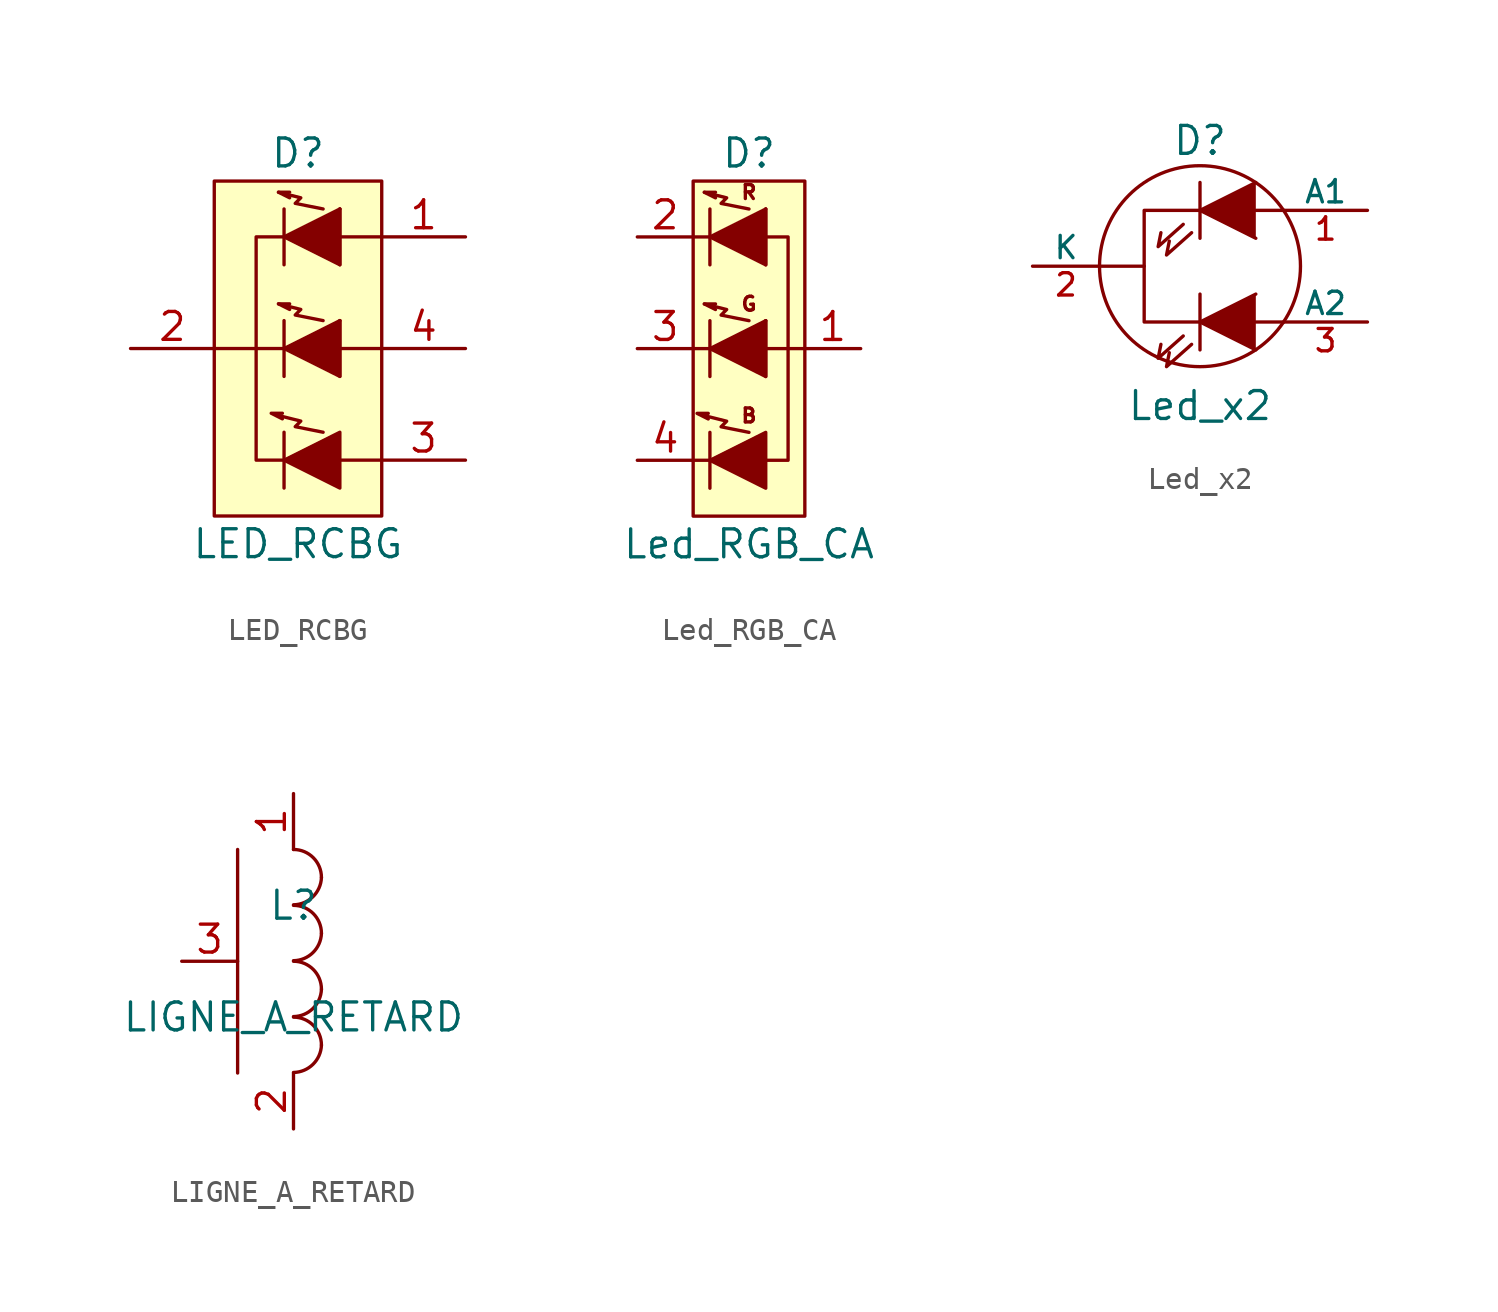
<source format=kicad_sym>
(kicad_symbol_lib
  (version 20211014)
  (generator kicad_symbol_editor)
  (symbol "LED_RCBG"
    (pin_names
      (offset 1.27) hide)
    (property "Reference" "D"
      (at 0 8.89 0)
      (effects (font (size 1.27 1.27))))
    (property "Value" "LED_RCBG"
      (at 0 -8.89 0)
      (effects (font (size 1.27 1.27))))
    (property "Footprint" ""
      (at 0 -1.27 0)
      (effects (font (size 1.27 1.27))))
    (property "Datasheet" ""
      (at 0 -1.27 0)
      (effects (font (size 1.27 1.27))))
    (symbol "LED_RCBG_0_1"
      (polyline (pts (xy -0.635 -3.81) (xy -0.635 -6.35)) (stroke (width 0) (type default) (color 0 0 0 0)) (fill (type none)))
      (polyline (pts (xy -0.635 0) (xy -3.81 0)) (stroke (width 0) (type default) (color 0 0 0 0)) (fill (type none)))
      (polyline (pts (xy 1.905 -5.08) (xy 3.81 -5.08)) (stroke (width 0) (type default) (color 0 0 0 0)) (fill (type none)))
      (polyline (pts (xy 1.905 0) (xy 3.81 0)) (stroke (width 0) (type default) (color 0 0 0 0)) (fill (type none)))
      (polyline (pts (xy 1.905 5.08) (xy 3.81 5.08)) (stroke (width 0) (type default) (color 0 0 0 0)) (fill (type none)))
      (polyline (pts (xy -0.635 1.27) (xy -0.635 -1.27) (xy -0.635 -1.27)) (stroke (width 0) (type default) (color 0 0 0 0)) (fill (type none)))
      (polyline (pts (xy -0.635 6.35) (xy -0.635 3.81) (xy -0.635 3.81)) (stroke (width 0) (type default) (color 0 0 0 0)) (fill (type none)))
      (polyline (pts (xy -0.711 -2.946) (xy -1.219 -2.946) (xy -0.711 -3.2) (xy -0.711 -3.2)) (stroke (width 0) (type default) (color 0 0 0 0)) (fill (type none)))
      (polyline (pts (xy -0.635 5.08) (xy -1.905 5.08) (xy -1.905 -5.08) (xy -0.635 -5.08)) (stroke (width 0) (type default) (color 0 0 0 0)) (fill (type none)))
      (polyline (pts (xy -0.381 2.032) (xy -0.889 2.032) (xy -0.381 1.778) (xy -0.381 1.778)) (stroke (width 0) (type default) (color 0 0 0 0)) (fill (type none)))
      (polyline (pts (xy -0.381 7.112) (xy -0.889 7.112) (xy -0.381 6.858) (xy -0.381 6.858)) (stroke (width 0) (type default) (color 0 0 0 0)) (fill (type none)))
      (polyline (pts (xy 1.143 -3.81) (xy -0.127 -3.556) (xy 0.127 -3.302) (xy -0.889 -3.048) (xy -0.889 -3.048)) (stroke (width 0) (type default) (color 0 0 0 0)) (fill (type none)))
      (polyline (pts (xy 1.905 -3.81) (xy 1.905 -6.35) (xy -0.635 -5.08) (xy 1.905 -3.81) (xy 1.905 -3.81)) (stroke (width 0) (type default) (color 0 0 0 0)) (fill (type outline)))
      (polyline (pts (xy 1.143 1.27) (xy -0.127 1.524) (xy 0.127 1.778) (xy -0.889 2.032) (xy -0.889 2.032) (xy -0.889 2.032)) (stroke (width 0) (type default) (color 0 0 0 0)) (fill (type none)))
      (polyline (pts (xy 1.143 6.35) (xy -0.127 6.604) (xy 0.127 6.858) (xy -0.889 7.112) (xy -0.889 7.112) (xy -0.889 7.112)) (stroke (width 0) (type default) (color 0 0 0 0)) (fill (type none)))
      (polyline (pts (xy 1.905 1.27) (xy 1.905 -1.27) (xy -0.635 0) (xy 1.905 1.27) (xy 1.905 1.27) (xy 1.905 1.27)) (stroke (width 0) (type default) (color 0 0 0 0)) (fill (type outline)))
      (polyline (pts (xy 1.905 6.35) (xy 1.905 3.81) (xy -0.635 5.08) (xy 1.905 6.35) (xy 1.905 6.35) (xy 1.905 6.35)) (stroke (width 0) (type default) (color 0 0 0 0)) (fill (type outline)))
      (rectangle (start 1.905 -1.27) (end 1.905 1.27) (stroke (width 0) (type default) (color 0 0 0 0)) (fill (type none)))
      (rectangle (start 1.905 1.27) (end 1.905 1.27) (stroke (width 0) (type default) (color 0 0 0 0)) (fill (type none)))
      (rectangle (start 1.905 3.81) (end 1.905 6.35) (stroke (width 0) (type default) (color 0 0 0 0)) (fill (type none)))
      (rectangle (start 1.905 6.35) (end 1.905 6.35) (stroke (width 0) (type default) (color 0 0 0 0)) (fill (type none)))
      (rectangle (start 3.81 7.62) (end -3.81 -7.62) (stroke (width 0) (type default) (color 0 0 0 0)) (fill (type background))))
    (symbol "LED_RCBG_1_1"
      (pin passive line (at 7.62 5.08 180) (length 3.81) (name "RED_ANODE" (effects (font (size 1.27 1.27)))) (number "1" (effects (font (size 1.27 1.27)))))
      (pin passive line (at -7.62 0 0) (length 3.81) (name "COMMON_CATHODE" (effects (font (size 1.27 1.27)))) (number "2" (effects (font (size 1.27 1.27)))))
      (pin passive line (at 7.62 -5.08 180) (length 3.81) (name "BLUE_ANODE" (effects (font (size 1.27 1.27)))) (number "3" (effects (font (size 1.27 1.27)))))
      (pin passive line (at 7.62 0 180) (length 3.81) (name "GREEN_ANODE" (effects (font (size 1.27 1.27)))) (number "4" (effects (font (size 1.27 1.27)))))))
  (symbol "Led_RGB_CA"
    (pin_names
      (offset 1.27) hide)
    (property "Reference" "D"
      (at 0 8.89 0)
      (effects (font (size 1.27 1.27))))
    (property "Value" "Led_RGB_CA"
      (at 0 -8.89 0)
      (effects (font (size 1.27 1.27))))
    (property "Footprint" ""
      (at -1.143 -1.27 0)
      (effects (font (size 1.27 1.27))))
    (property "Datasheet" ""
      (at -1.143 -1.27 0)
      (effects (font (size 1.27 1.27))))
    (symbol "Led_RGB_CA_0_0"
      (text "B" (at 0 -3.048 0) (effects (font (size 0.635 0.635))))
      (text "G" (at 0 2.032 0) (effects (font (size 0.635 0.635))))
      (text "R" (at 0 7.112 0) (effects (font (size 0.635 0.635)))))
    (symbol "Led_RGB_CA_0_1"
      (polyline (pts (xy -1.778 -5.08) (xy -2.54 -5.08)) (stroke (width 0) (type default) (color 0 0 0 0)) (fill (type none)))
      (polyline (pts (xy -1.778 -3.81) (xy -1.778 -6.35)) (stroke (width 0) (type default) (color 0 0 0 0)) (fill (type none)))
      (polyline (pts (xy -1.778 0) (xy -2.54 0)) (stroke (width 0) (type default) (color 0 0 0 0)) (fill (type none)))
      (polyline (pts (xy -1.778 5.08) (xy -2.54 5.08)) (stroke (width 0) (type default) (color 0 0 0 0)) (fill (type none)))
      (polyline (pts (xy 2.54 0) (xy 0.762 0)) (stroke (width 0) (type default) (color 0 0 0 0)) (fill (type none)))
      (polyline (pts (xy -1.778 1.27) (xy -1.778 -1.27) (xy -1.778 -1.27)) (stroke (width 0) (type default) (color 0 0 0 0)) (fill (type none)))
      (polyline (pts (xy -1.778 6.35) (xy -1.778 3.81) (xy -1.778 3.81)) (stroke (width 0) (type default) (color 0 0 0 0)) (fill (type none)))
      (polyline (pts (xy -1.854 -2.946) (xy -2.362 -2.946) (xy -1.854 -3.2) (xy -1.854 -3.2)) (stroke (width 0) (type default) (color 0 0 0 0)) (fill (type none)))
      (polyline (pts (xy -1.524 2.032) (xy -2.032 2.032) (xy -1.524 1.778) (xy -1.524 1.778)) (stroke (width 0) (type default) (color 0 0 0 0)) (fill (type none)))
      (polyline (pts (xy -1.524 7.112) (xy -2.032 7.112) (xy -1.524 6.858) (xy -1.524 6.858)) (stroke (width 0) (type default) (color 0 0 0 0)) (fill (type none)))
      (polyline (pts (xy 0.762 5.08) (xy 1.778 5.08) (xy 1.778 -5.08) (xy 0.762 -5.08)) (stroke (width 0) (type default) (color 0 0 0 0)) (fill (type none)))
      (polyline (pts (xy 0 -3.81) (xy -1.27 -3.556) (xy -1.016 -3.302) (xy -2.032 -3.048) (xy -2.032 -3.048)) (stroke (width 0) (type default) (color 0 0 0 0)) (fill (type none)))
      (polyline (pts (xy 0.762 -3.81) (xy 0.762 -6.35) (xy -1.778 -5.08) (xy 0.762 -3.81) (xy 0.762 -3.81)) (stroke (width 0) (type default) (color 0 0 0 0)) (fill (type outline)))
      (polyline (pts (xy 0 1.27) (xy -1.27 1.524) (xy -1.016 1.778) (xy -2.032 2.032) (xy -2.032 2.032) (xy -2.032 2.032)) (stroke (width 0) (type default) (color 0 0 0 0)) (fill (type none)))
      (polyline (pts (xy 0 6.35) (xy -1.27 6.604) (xy -1.016 6.858) (xy -2.032 7.112) (xy -2.032 7.112) (xy -2.032 7.112)) (stroke (width 0) (type default) (color 0 0 0 0)) (fill (type none)))
      (polyline (pts (xy 0.762 1.27) (xy 0.762 -1.27) (xy -1.778 0) (xy 0.762 1.27) (xy 0.762 1.27) (xy 0.762 1.27)) (stroke (width 0) (type default) (color 0 0 0 0)) (fill (type outline)))
      (polyline (pts (xy 0.762 6.35) (xy 0.762 3.81) (xy -1.778 5.08) (xy 0.762 6.35) (xy 0.762 6.35) (xy 0.762 6.35)) (stroke (width 0) (type default) (color 0 0 0 0)) (fill (type outline)))
      (rectangle (start 0.762 -1.27) (end 0.762 1.27) (stroke (width 0) (type default) (color 0 0 0 0)) (fill (type none)))
      (rectangle (start 0.762 1.27) (end 0.762 1.27) (stroke (width 0) (type default) (color 0 0 0 0)) (fill (type none)))
      (rectangle (start 0.762 3.81) (end 0.762 6.35) (stroke (width 0) (type default) (color 0 0 0 0)) (fill (type none)))
      (rectangle (start 0.762 6.35) (end 0.762 6.35) (stroke (width 0) (type default) (color 0 0 0 0)) (fill (type none)))
      (rectangle (start 2.54 7.62) (end -2.54 -7.62) (stroke (width 0) (type default) (color 0 0 0 0)) (fill (type background))))
    (symbol "Led_RGB_CA_1_1"
      (pin passive line (at 5.08 0 180) (length 2.54) (name "~" (effects (font (size 1.27 1.27)))) (number "1" (effects (font (size 1.27 1.27)))))
      (pin passive line (at -5.08 5.08 0) (length 2.54) (name "R" (effects (font (size 1.27 1.27)))) (number "2" (effects (font (size 1.27 1.27)))))
      (pin passive line (at -5.08 0 0) (length 2.54) (name "G" (effects (font (size 1.27 1.27)))) (number "3" (effects (font (size 1.27 1.27)))))
      (pin passive line (at -5.08 -5.08 0) (length 2.54) (name "B" (effects (font (size 1.27 1.27)))) (number "4" (effects (font (size 1.27 1.27)))))))
  (symbol "Led_x2"
    (pin_names
      (offset 0))
    (property "Reference" "D"
      (at 0 5.715 0)
      (effects (font (size 1.27 1.27))))
    (property "Value" "Led_x2"
      (at 0 -6.35 0)
      (effects (font (size 1.27 1.27))))
    (property "Footprint" ""
      (at 0 0 0)
      (effects (font (size 1.27 1.27))))
    (property "Datasheet" ""
      (at 0 0 0)
      (effects (font (size 1.27 1.27))))
    (symbol "Led_x2_0_1"
      (polyline (pts (xy -4.572 0) (xy -2.54 0)) (stroke (width 0) (type default) (color 0 0 0 0)) (fill (type none)))
      (polyline (pts (xy 0 -1.27) (xy 0 -3.81)) (stroke (width 0) (type default) (color 0 0 0 0)) (fill (type none)))
      (polyline (pts (xy 0 3.81) (xy 0 1.27)) (stroke (width 0) (type default) (color 0 0 0 0)) (fill (type none)))
      (polyline (pts (xy 3.81 -2.54) (xy 2.54 -2.54)) (stroke (width 0) (type default) (color 0 0 0 0)) (fill (type none)))
      (polyline (pts (xy 3.81 2.54) (xy 2.54 2.54)) (stroke (width 0) (type default) (color 0 0 0 0)) (fill (type none)))
      (polyline (pts (xy -0.762 -3.175) (xy -1.905 -4.191) (xy -1.778 -3.556)) (stroke (width 0) (type default) (color 0 0 0 0)) (fill (type none)))
      (polyline (pts (xy -0.762 1.905) (xy -1.905 0.889) (xy -1.778 1.524)) (stroke (width 0) (type default) (color 0 0 0 0)) (fill (type none)))
      (polyline (pts (xy -0.381 -3.556) (xy -1.524 -4.572) (xy -1.397 -3.937)) (stroke (width 0) (type default) (color 0 0 0 0)) (fill (type none)))
      (polyline (pts (xy -0.381 1.524) (xy -1.524 0.508) (xy -1.397 1.143)) (stroke (width 0) (type default) (color 0 0 0 0)) (fill (type none)))
      (polyline (pts (xy 2.54 -1.27) (xy 0 -2.54) (xy 2.54 -3.81)) (stroke (width 0) (type default) (color 0 0 0 0)) (fill (type outline)))
      (polyline (pts (xy 2.54 3.81) (xy 0 2.54) (xy 2.54 1.27)) (stroke (width 0) (type default) (color 0 0 0 0)) (fill (type outline)))
      (polyline (pts (xy 0 2.54) (xy -2.54 2.54) (xy -2.54 -2.54) (xy 0 -2.54)) (stroke (width 0) (type default) (color 0 0 0 0)) (fill (type none)))
      (circle (center 0 0) (radius 4.572) (stroke (width 0) (type default) (color 0 0 0 0)) (fill (type none))))
    (symbol "Led_x2_1_1"
      (pin input line (at 7.62 2.54 180) (length 3.81) (name "A1" (effects (font (size 1.016 1.016)))) (number "1" (effects (font (size 1.016 1.016)))))
      (pin input line (at -7.62 0 0) (length 3.048) (name "K" (effects (font (size 1.016 1.016)))) (number "2" (effects (font (size 1.016 1.016)))))
      (pin input line (at 7.62 -2.54 180) (length 3.81) (name "A2" (effects (font (size 1.016 1.016)))) (number "3" (effects (font (size 1.016 1.016)))))))
  (symbol "LIGNE_A_RETARD"
    (pin_names
      (offset 1.016) hide)
    (property "Reference" "L"
      (at 0 2.54 0)
      (effects (font (size 1.27 1.27))))
    (property "Value" "LIGNE_A_RETARD"
      (at 0 -2.54 0)
      (effects (font (size 1.27 1.27))))
    (property "Footprint" ""
      (at 0 0 0)
      (effects (font (size 1.27 1.27))))
    (property "Datasheet" ""
      (at 0 0 0)
      (effects (font (size 1.27 1.27))))
    (symbol "LIGNE_A_RETARD_0_1"
      (arc (start 0 -5.0546) (mid 0.8801 -4.6901) (end 1.27 -3.81) (stroke (width 0) (type default) (color 0 0 0 0)) (fill (type none)))
      (arc (start 0 -2.5146) (mid 0.8801 -2.1501) (end 1.27 -1.27) (stroke (width 0) (type default) (color 0 0 0 0)) (fill (type none)))
      (polyline (pts (xy -2.54 5.08) (xy -2.54 -5.08)) (stroke (width 0) (type default) (color 0 0 0 0)) (fill (type none)))
      (arc (start 0 0.0254) (mid 0.8801 0.3899) (end 1.27 1.27) (stroke (width 0) (type default) (color 0 0 0 0)) (fill (type none)))
      (arc (start 0 2.5654) (mid 0.8801 2.9299) (end 1.27 3.81) (stroke (width 0) (type default) (color 0 0 0 0)) (fill (type none)))
      (arc (start 1.27 -3.81) (mid 0.898 -2.912) (end 0 -2.54) (stroke (width 0) (type default) (color 0 0 0 0)) (fill (type none)))
      (arc (start 1.27 -1.27) (mid 0.898 -0.372) (end 0 0) (stroke (width 0) (type default) (color 0 0 0 0)) (fill (type none)))
      (arc (start 1.27 1.27) (mid 0.898 2.168) (end 0 2.54) (stroke (width 0) (type default) (color 0 0 0 0)) (fill (type none)))
      (arc (start 1.27 3.81) (mid 0.898 4.708) (end 0 5.08) (stroke (width 0) (type default) (color 0 0 0 0)) (fill (type none))))
    (symbol "LIGNE_A_RETARD_1_1"
      (pin passive line (at 0 7.62 270) (length 2.54) (name "1" (effects (font (size 1.27 1.27)))) (number "1" (effects (font (size 1.27 1.27)))))
      (pin passive line (at 0 -7.62 90) (length 2.54) (name "2" (effects (font (size 1.27 1.27)))) (number "2" (effects (font (size 1.27 1.27)))))
      (pin input line (at -5.08 0 0) (length 2.54) (name "COMMUN" (effects (font (size 1.27 1.27)))) (number "3" (effects (font (size 1.27 1.27))))))))
</source>
